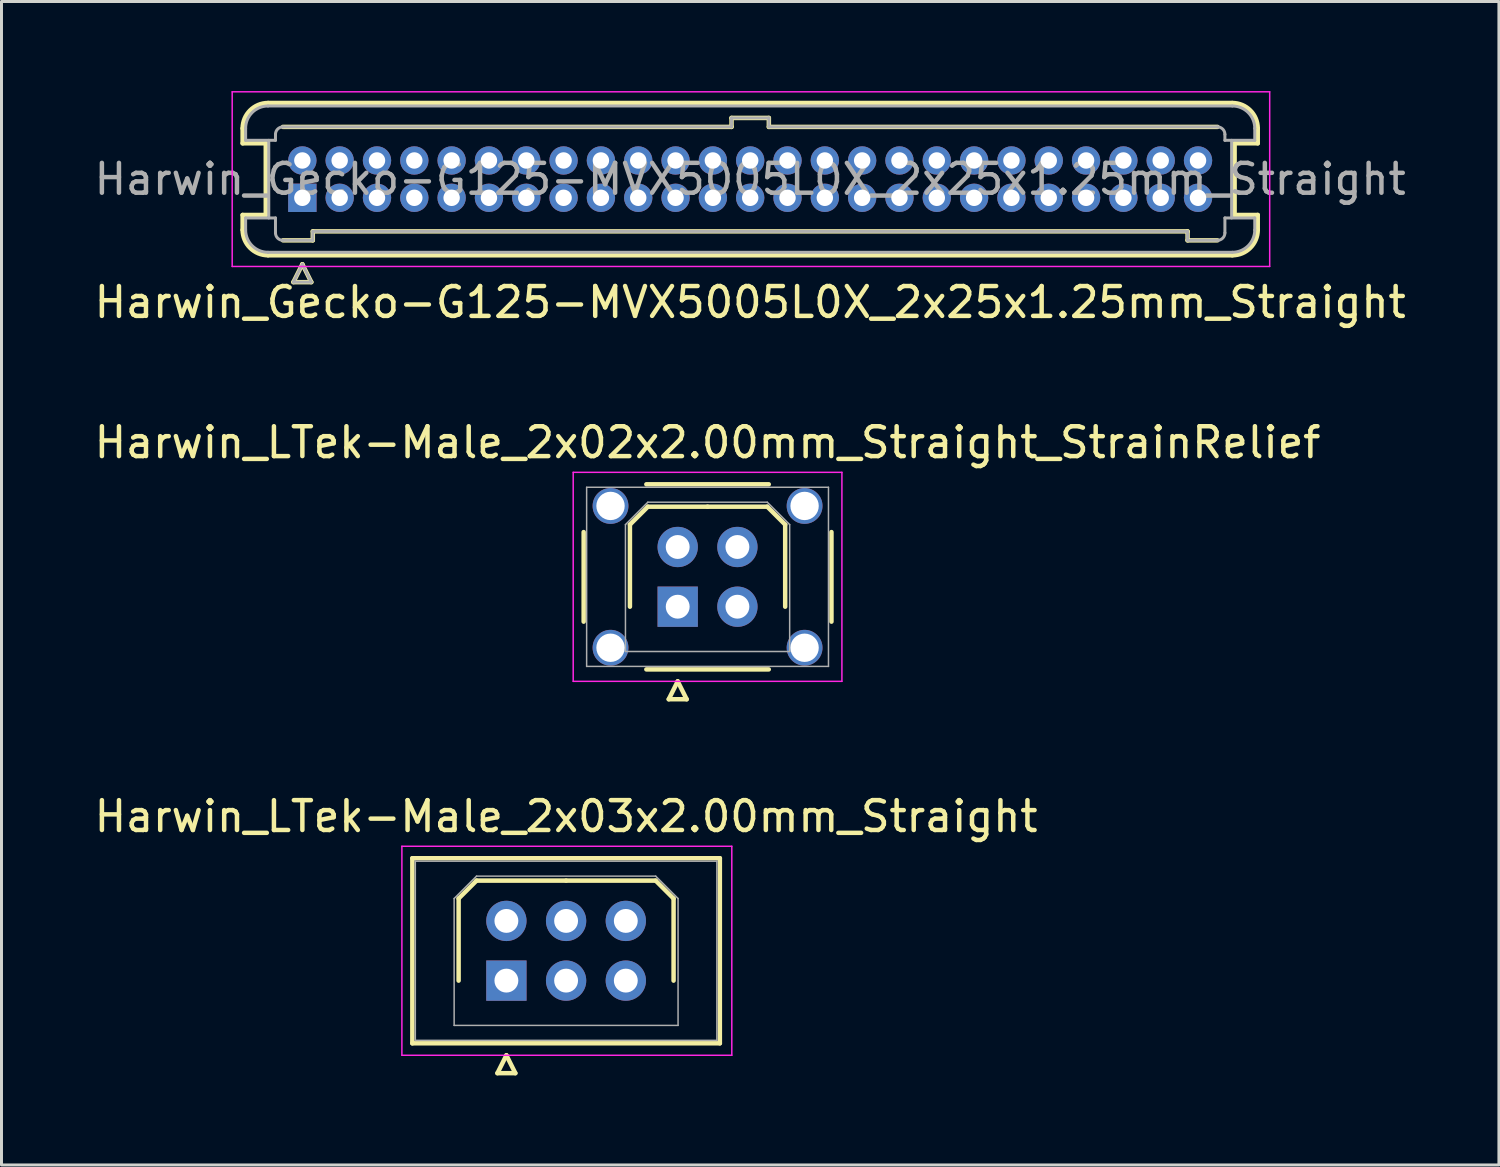
<source format=kicad_pcb>
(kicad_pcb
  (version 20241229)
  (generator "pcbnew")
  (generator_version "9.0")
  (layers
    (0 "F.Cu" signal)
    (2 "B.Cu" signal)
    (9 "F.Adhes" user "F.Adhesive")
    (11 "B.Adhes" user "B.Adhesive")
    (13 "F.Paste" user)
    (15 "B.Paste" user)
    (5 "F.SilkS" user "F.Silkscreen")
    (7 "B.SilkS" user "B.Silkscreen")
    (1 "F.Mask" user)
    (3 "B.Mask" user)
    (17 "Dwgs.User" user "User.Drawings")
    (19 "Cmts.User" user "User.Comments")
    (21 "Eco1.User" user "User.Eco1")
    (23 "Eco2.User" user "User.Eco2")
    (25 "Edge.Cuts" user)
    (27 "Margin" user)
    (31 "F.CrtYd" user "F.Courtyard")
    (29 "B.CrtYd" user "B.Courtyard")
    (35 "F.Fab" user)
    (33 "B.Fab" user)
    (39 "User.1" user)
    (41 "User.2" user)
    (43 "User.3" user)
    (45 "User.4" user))
  (footprint "Harwin_LTek-Male_2x03x2.00mm_Straight"
    (layer "F.Cu")
    (at 13.911 29.795)
    (property "Reference" "Harwin_LTek-Male_2x03x2.00mm_Straight" (at 2 -5.5 0) (layer "F.SilkS") (effects (font (size 1 1) (thickness 0.15))))
    (attr through_hole)
    (fp_line (start -3.15 -4.1) (end -3.15 2.1) (stroke (width 0.15) (type solid)) (layer "F.SilkS"))
    (fp_line (start -3.15 2.1) (end 7.15 2.1) (stroke (width 0.15) (type solid)) (layer "F.SilkS"))
    (fp_line (start -1.6 -2.75) (end -1 -3.35) (stroke (width 0.15) (type solid)) (layer "F.SilkS"))
    (fp_line (start -1.6 0) (end -1.6 -2.75) (stroke (width 0.15) (type solid)) (layer "F.SilkS"))
    (fp_line (start -1 -3.35) (end 2 -3.35) (stroke (width 0.15) (type solid)) (layer "F.SilkS"))
    (fp_line (start -0.3 3.1) (end 0.3 3.1) (stroke (width 0.15) (type solid)) (layer "F.SilkS"))
    (fp_line (start 0 2.5) (end -0.3 3.1) (stroke (width 0.15) (type solid)) (layer "F.SilkS"))
    (fp_line (start 0.3 3.1) (end 0 2.5) (stroke (width 0.15) (type solid)) (layer "F.SilkS"))
    (fp_line (start 5 -3.35) (end 2 -3.35) (stroke (width 0.15) (type solid)) (layer "F.SilkS"))
    (fp_line (start 5.6 -2.75) (end 5 -3.35) (stroke (width 0.15) (type solid)) (layer "F.SilkS"))
    (fp_line (start 5.6 0) (end 5.6 -2.75) (stroke (width 0.15) (type solid)) (layer "F.SilkS"))
    (fp_line (start 7.15 -4.1) (end -3.15 -4.1) (stroke (width 0.15) (type solid)) (layer "F.SilkS"))
    (fp_line (start 7.15 2.1) (end 7.15 -4.1) (stroke (width 0.15) (type solid)) (layer "F.SilkS"))
    (fp_line (start -3.5 -4.5) (end -3.5 2.5) (stroke (width 0.05) (type solid)) (layer "F.CrtYd"))
    (fp_line (start -3.5 2.5) (end 7.55 2.5) (stroke (width 0.05) (type solid)) (layer "F.CrtYd"))
    (fp_line (start 7.55 -4.5) (end -3.5 -4.5) (stroke (width 0.05) (type solid)) (layer "F.CrtYd"))
    (fp_line (start 7.55 2.5) (end 7.55 -4.5) (stroke (width 0.05) (type solid)) (layer "F.CrtYd"))
    (fp_line (start -3.05 -4) (end -3.05 2) (stroke (width 0.05) (type solid)) (layer "F.Fab"))
    (fp_line (start -3.05 2) (end 7.05 2) (stroke (width 0.05) (type solid)) (layer "F.Fab"))
    (fp_line (start -1.75 -2.75) (end -1 -3.5) (stroke (width 0.05) (type solid)) (layer "F.Fab"))
    (fp_line (start -1.75 1.5) (end -1.75 -2.75) (stroke (width 0.05) (type solid)) (layer "F.Fab"))
    (fp_line (start -1 -3.5) (end 5 -3.5) (stroke (width 0.05) (type solid)) (layer "F.Fab"))
    (fp_line (start 5 -3.5) (end 5.75 -2.75) (stroke (width 0.05) (type solid)) (layer "F.Fab"))
    (fp_line (start 5.75 -2.75) (end 5.75 1.5) (stroke (width 0.05) (type solid)) (layer "F.Fab"))
    (fp_line (start 5.75 1.5) (end -1.75 1.5) (stroke (width 0.05) (type solid)) (layer "F.Fab"))
    (fp_line (start 7.05 -4) (end -3.05 -4) (stroke (width 0.05) (type solid)) (layer "F.Fab"))
    (fp_line (start 7.05 2) (end 7.05 -4) (stroke (width 0.05) (type solid)) (layer "F.Fab"))
    (pad "1" thru_hole rect (at 0 0) (size 1.35 1.35) (drill 0.8) (layers "*.Cu" "*.Mask"))
    (pad "2" thru_hole circle (at 0 -2) (size 1.35 1.35) (drill 0.8) (layers "*.Cu" "*.Mask"))
    (pad "3" thru_hole circle (at 2 0) (size 1.35 1.35) (drill 0.8) (layers "*.Cu" "*.Mask"))
    (pad "4" thru_hole circle (at 2 -2) (size 1.35 1.35) (drill 0.8) (layers "*.Cu" "*.Mask"))
    (pad "5" thru_hole circle (at 4 0) (size 1.35 1.35) (drill 0.8) (layers "*.Cu" "*.Mask"))
    (pad "6" thru_hole circle (at 4 -2) (size 1.35 1.35) (drill 0.8) (layers "*.Cu" "*.Mask")))
  (footprint "Harwin_Gecko-G125-MVX5005L0X_2x25x1.25mm_Straight"
    (layer "F.Cu")
    (at 7.077 3.575)
    (property "Reference" "Harwin_Gecko-G125-MVX5005L0X_2x25x1.25mm_Straight" (at 15 3.5 0) (layer "F.SilkS") (effects (font (size 1 1) (thickness 0.15))))
    (attr through_hole)
    (fp_line (start -2 -1.825) (end -2 -2.325) (stroke (width 0.15) (type solid)) (layer "F.SilkS"))
    (fp_line (start -2 -1.825) (end -1.225 -1.825) (stroke (width 0.15) (type solid)) (layer "F.SilkS"))
    (fp_line (start -2 0.575) (end -1.225 0.575) (stroke (width 0.15) (type solid)) (layer "F.SilkS"))
    (fp_line (start -2 1.075) (end -2 0.575) (stroke (width 0.15) (type solid)) (layer "F.SilkS"))
    (fp_line (start -1.225 -1.825) (end -1.225 0.575) (stroke (width 0.15) (type solid)) (layer "F.SilkS"))
    (fp_line (start -1.15 -3.175) (end 31.15 -3.175) (stroke (width 0.15) (type solid)) (layer "F.SilkS"))
    (fp_line (start -1.15 1.925) (end 31.15 1.925) (stroke (width 0.15) (type solid)) (layer "F.SilkS"))
    (fp_line (start -0.65 -2.375) (end 14.375 -2.375) (stroke (width 0.15) (type solid)) (layer "F.SilkS"))
    (fp_line (start -0.65 1.425) (end 0.35 1.425) (stroke (width 0.15) (type solid)) (layer "F.SilkS"))
    (fp_line (start -0.3 2.825) (end 0.3 2.825) (stroke (width 0.15) (type solid)) (layer "F.SilkS"))
    (fp_line (start 0 2.225) (end -0.3 2.825) (stroke (width 0.15) (type solid)) (layer "F.SilkS"))
    (fp_line (start 0.3 2.825) (end 0 2.225) (stroke (width 0.15) (type solid)) (layer "F.SilkS"))
    (fp_line (start 0.35 1.125) (end 29.65 1.125) (stroke (width 0.15) (type solid)) (layer "F.SilkS"))
    (fp_line (start 0.35 1.425) (end 0.35 1.125) (stroke (width 0.15) (type solid)) (layer "F.SilkS"))
    (fp_line (start 14.375 -2.675) (end 15.625 -2.675) (stroke (width 0.15) (type solid)) (layer "F.SilkS"))
    (fp_line (start 14.375 -2.375) (end 14.375 -2.675) (stroke (width 0.15) (type solid)) (layer "F.SilkS"))
    (fp_line (start 15.625 -2.675) (end 15.625 -2.375) (stroke (width 0.15) (type solid)) (layer "F.SilkS"))
    (fp_line (start 15.625 -2.375) (end 30.65 -2.375) (stroke (width 0.15) (type solid)) (layer "F.SilkS"))
    (fp_line (start 29.65 1.125) (end 29.65 1.425) (stroke (width 0.15) (type solid)) (layer "F.SilkS"))
    (fp_line (start 29.65 1.425) (end 30.65 1.425) (stroke (width 0.15) (type solid)) (layer "F.SilkS"))
    (fp_line (start 31.225 -1.825) (end 31.225 0.575) (stroke (width 0.15) (type solid)) (layer "F.SilkS"))
    (fp_line (start 32 -2.325) (end 32 -1.825) (stroke (width 0.15) (type solid)) (layer "F.SilkS"))
    (fp_line (start 32 -1.825) (end 31.225 -1.825) (stroke (width 0.15) (type solid)) (layer "F.SilkS"))
    (fp_line (start 32 0.575) (end 31.225 0.575) (stroke (width 0.15) (type solid)) (layer "F.SilkS"))
    (fp_line (start 32 1.075) (end 32 0.575) (stroke (width 0.15) (type solid)) (layer "F.SilkS"))
    (fp_arc (start -2 -2.325) (mid -1.751041 -2.926041) (end -1.15 -3.175) (stroke (width 0.15) (type solid)) (layer "F.SilkS"))
    (fp_arc (start -1.15 1.925) (mid -1.751041 1.676041) (end -2 1.075) (stroke (width 0.15) (type solid)) (layer "F.SilkS"))
    (fp_arc (start 31.15 -3.175) (mid 31.751041 -2.926041) (end 32 -2.325) (stroke (width 0.15) (type solid)) (layer "F.SilkS"))
    (fp_arc (start 32 1.075) (mid 31.751041 1.676041) (end 31.15 1.925) (stroke (width 0.15) (type solid)) (layer "F.SilkS"))
    (fp_line (start -2.35 -3.55) (end -2.35 2.3) (stroke (width 0.05) (type solid)) (layer "F.CrtYd"))
    (fp_line (start -2.35 2.3) (end 32.4 2.3) (stroke (width 0.05) (type solid)) (layer "F.CrtYd"))
    (fp_line (start 32.4 -3.55) (end -2.35 -3.55) (stroke (width 0.05) (type solid)) (layer "F.CrtYd"))
    (fp_line (start 32.4 2.3) (end 32.4 -3.55) (stroke (width 0.05) (type solid)) (layer "F.CrtYd"))
    (fp_line (start -1.9 -2.325) (end -1.9 -1.925) (stroke (width 0.1) (type solid)) (layer "F.Fab"))
    (fp_line (start -1.9 -1.925) (end -0.9 -1.925) (stroke (width 0.1) (type solid)) (layer "F.Fab"))
    (fp_line (start -1.9 0.675) (end -0.9 0.675) (stroke (width 0.1) (type solid)) (layer "F.Fab"))
    (fp_line (start -1.9 1.075) (end -1.9 0.675) (stroke (width 0.1) (type solid)) (layer "F.Fab"))
    (fp_line (start -1.15 -3.075) (end 31.15 -3.075) (stroke (width 0.1) (type solid)) (layer "F.Fab"))
    (fp_line (start -1.15 1.825) (end 31.15 1.825) (stroke (width 0.1) (type solid)) (layer "F.Fab"))
    (fp_line (start -1.125 -1.925) (end -1.125 0.675) (stroke (width 0.1) (type solid)) (layer "F.Fab"))
    (fp_line (start -0.9 -2.125) (end -0.9 -1.925) (stroke (width 0.1) (type solid)) (layer "F.Fab"))
    (fp_line (start -0.9 1.175) (end -0.9 0.675) (stroke (width 0.1) (type solid)) (layer "F.Fab"))
    (fp_line (start -0.65 -2.375) (end 14.375 -2.375) (stroke (width 0.1) (type solid)) (layer "F.Fab"))
    (fp_line (start -0.65 1.425) (end 0.35 1.425) (stroke (width 0.1) (type solid)) (layer "F.Fab"))
    (fp_line (start -0.3 2.825) (end 0.3 2.825) (stroke (width 0.1) (type solid)) (layer "F.Fab"))
    (fp_line (start 0 2.225) (end -0.3 2.825) (stroke (width 0.1) (type solid)) (layer "F.Fab"))
    (fp_line (start 0.3 2.825) (end 0 2.225) (stroke (width 0.1) (type solid)) (layer "F.Fab"))
    (fp_line (start 0.35 1.125) (end 29.65 1.125) (stroke (width 0.1) (type solid)) (layer "F.Fab"))
    (fp_line (start 0.35 1.425) (end 0.35 1.125) (stroke (width 0.1) (type solid)) (layer "F.Fab"))
    (fp_line (start 14.375 -2.675) (end 15.625 -2.675) (stroke (width 0.1) (type solid)) (layer "F.Fab"))
    (fp_line (start 14.375 -2.375) (end 14.375 -2.675) (stroke (width 0.1) (type solid)) (layer "F.Fab"))
    (fp_line (start 15.625 -2.675) (end 15.625 -2.375) (stroke (width 0.1) (type solid)) (layer "F.Fab"))
    (fp_line (start 15.625 -2.375) (end 30.65 -2.375) (stroke (width 0.1) (type solid)) (layer "F.Fab"))
    (fp_line (start 29.65 1.125) (end 29.65 1.425) (stroke (width 0.1) (type solid)) (layer "F.Fab"))
    (fp_line (start 29.65 1.425) (end 30.65 1.425) (stroke (width 0.1) (type solid)) (layer "F.Fab"))
    (fp_line (start 30.9 -2.125) (end 30.9 -1.925) (stroke (width 0.1) (type solid)) (layer "F.Fab"))
    (fp_line (start 30.9 1.175) (end 30.9 0.675) (stroke (width 0.1) (type solid)) (layer "F.Fab"))
    (fp_line (start 31.125 -1.925) (end 31.125 0.675) (stroke (width 0.1) (type solid)) (layer "F.Fab"))
    (fp_line (start 31.9 -2.325) (end 31.9 -1.925) (stroke (width 0.1) (type solid)) (layer "F.Fab"))
    (fp_line (start 31.9 -1.925) (end 30.9 -1.925) (stroke (width 0.1) (type solid)) (layer "F.Fab"))
    (fp_line (start 31.9 0.675) (end 30.9 0.675) (stroke (width 0.1) (type solid)) (layer "F.Fab"))
    (fp_line (start 31.9 1.075) (end 31.9 0.675) (stroke (width 0.1) (type solid)) (layer "F.Fab"))
    (fp_arc (start -1.9 -2.325) (mid -1.68033 -2.85533) (end -1.15 -3.075) (stroke (width 0.1) (type solid)) (layer "F.Fab"))
    (fp_arc (start -1.15 1.825) (mid -1.68033 1.60533) (end -1.9 1.075) (stroke (width 0.1) (type solid)) (layer "F.Fab"))
    (fp_arc (start -0.9 -2.125) (mid -0.826777 -2.301777) (end -0.65 -2.375) (stroke (width 0.1) (type solid)) (layer "F.Fab"))
    (fp_arc (start -0.65 1.425) (mid -0.826777 1.351777) (end -0.9 1.175) (stroke (width 0.1) (type solid)) (layer "F.Fab"))
    (fp_arc (start 30.65 -2.375) (mid 30.826777 -2.301777) (end 30.9 -2.125) (stroke (width 0.1) (type solid)) (layer "F.Fab"))
    (fp_arc (start 30.9 1.175) (mid 30.826777 1.351777) (end 30.65 1.425) (stroke (width 0.1) (type solid)) (layer "F.Fab"))
    (fp_arc (start 31.15 -3.075) (mid 31.68033 -2.85533) (end 31.9 -2.325) (stroke (width 0.1) (type solid)) (layer "F.Fab"))
    (fp_arc (start 31.9 1.075) (mid 31.68033 1.60533) (end 31.15 1.825) (stroke (width 0.1) (type solid)) (layer "F.Fab"))
    (fp_text user "${REFERENCE}" (at 15 -0.625 0) (layer "F.Fab") (effects (font (size 1 1) (thickness 0.15))))
    (pad "1" thru_hole rect (at 0 0) (size 0.95 0.95) (drill 0.55) (layers "*.Cu" "*.Mask"))
    (pad "2" thru_hole circle (at 1.25 0) (size 0.95 0.95) (drill 0.55) (layers "*.Cu" "*.Mask"))
    (pad "3" thru_hole circle (at 2.5 0) (size 0.95 0.95) (drill 0.55) (layers "*.Cu" "*.Mask"))
    (pad "4" thru_hole circle (at 3.75 0) (size 0.95 0.95) (drill 0.55) (layers "*.Cu" "*.Mask"))
    (pad "5" thru_hole circle (at 5 0) (size 0.95 0.95) (drill 0.55) (layers "*.Cu" "*.Mask"))
    (pad "6" thru_hole circle (at 6.25 0) (size 0.95 0.95) (drill 0.55) (layers "*.Cu" "*.Mask"))
    (pad "7" thru_hole circle (at 7.5 0) (size 0.95 0.95) (drill 0.55) (layers "*.Cu" "*.Mask"))
    (pad "8" thru_hole circle (at 8.75 0) (size 0.95 0.95) (drill 0.55) (layers "*.Cu" "*.Mask"))
    (pad "9" thru_hole circle (at 10 0) (size 0.95 0.95) (drill 0.55) (layers "*.Cu" "*.Mask"))
    (pad "10" thru_hole circle (at 11.25 0) (size 0.95 0.95) (drill 0.55) (layers "*.Cu" "*.Mask"))
    (pad "11" thru_hole circle (at 12.5 0) (size 0.95 0.95) (drill 0.55) (layers "*.Cu" "*.Mask"))
    (pad "12" thru_hole circle (at 13.75 0) (size 0.95 0.95) (drill 0.55) (layers "*.Cu" "*.Mask"))
    (pad "13" thru_hole circle (at 15 0) (size 0.95 0.95) (drill 0.55) (layers "*.Cu" "*.Mask"))
    (pad "14" thru_hole circle (at 16.25 0) (size 0.95 0.95) (drill 0.55) (layers "*.Cu" "*.Mask"))
    (pad "15" thru_hole circle (at 17.5 0) (size 0.95 0.95) (drill 0.55) (layers "*.Cu" "*.Mask"))
    (pad "16" thru_hole circle (at 18.75 0) (size 0.95 0.95) (drill 0.55) (layers "*.Cu" "*.Mask"))
    (pad "17" thru_hole circle (at 20 0) (size 0.95 0.95) (drill 0.55) (layers "*.Cu" "*.Mask"))
    (pad "18" thru_hole circle (at 21.25 0) (size 0.95 0.95) (drill 0.55) (layers "*.Cu" "*.Mask"))
    (pad "19" thru_hole circle (at 22.5 0) (size 0.95 0.95) (drill 0.55) (layers "*.Cu" "*.Mask"))
    (pad "20" thru_hole circle (at 23.75 0) (size 0.95 0.95) (drill 0.55) (layers "*.Cu" "*.Mask"))
    (pad "21" thru_hole circle (at 25 0) (size 0.95 0.95) (drill 0.55) (layers "*.Cu" "*.Mask"))
    (pad "22" thru_hole circle (at 26.25 0) (size 0.95 0.95) (drill 0.55) (layers "*.Cu" "*.Mask"))
    (pad "23" thru_hole circle (at 27.5 0) (size 0.95 0.95) (drill 0.55) (layers "*.Cu" "*.Mask"))
    (pad "24" thru_hole circle (at 28.75 0) (size 0.95 0.95) (drill 0.55) (layers "*.Cu" "*.Mask"))
    (pad "25" thru_hole circle (at 30 0) (size 0.95 0.95) (drill 0.55) (layers "*.Cu" "*.Mask"))
    (pad "26" thru_hole circle (at 0 -1.25) (size 0.95 0.95) (drill 0.55) (layers "*.Cu" "*.Mask"))
    (pad "27" thru_hole circle (at 1.25 -1.25) (size 0.95 0.95) (drill 0.55) (layers "*.Cu" "*.Mask"))
    (pad "28" thru_hole circle (at 2.5 -1.25) (size 0.95 0.95) (drill 0.55) (layers "*.Cu" "*.Mask"))
    (pad "29" thru_hole circle (at 3.75 -1.25) (size 0.95 0.95) (drill 0.55) (layers "*.Cu" "*.Mask"))
    (pad "30" thru_hole circle (at 5 -1.25) (size 0.95 0.95) (drill 0.55) (layers "*.Cu" "*.Mask"))
    (pad "31" thru_hole circle (at 6.25 -1.25) (size 0.95 0.95) (drill 0.55) (layers "*.Cu" "*.Mask"))
    (pad "32" thru_hole circle (at 7.5 -1.25) (size 0.95 0.95) (drill 0.55) (layers "*.Cu" "*.Mask"))
    (pad "33" thru_hole circle (at 8.75 -1.25) (size 0.95 0.95) (drill 0.55) (layers "*.Cu" "*.Mask"))
    (pad "34" thru_hole circle (at 10 -1.25) (size 0.95 0.95) (drill 0.55) (layers "*.Cu" "*.Mask"))
    (pad "35" thru_hole circle (at 11.25 -1.25) (size 0.95 0.95) (drill 0.55) (layers "*.Cu" "*.Mask"))
    (pad "36" thru_hole circle (at 12.5 -1.25) (size 0.95 0.95) (drill 0.55) (layers "*.Cu" "*.Mask"))
    (pad "37" thru_hole circle (at 13.75 -1.25) (size 0.95 0.95) (drill 0.55) (layers "*.Cu" "*.Mask"))
    (pad "38" thru_hole circle (at 15 -1.25) (size 0.95 0.95) (drill 0.55) (layers "*.Cu" "*.Mask"))
    (pad "39" thru_hole circle (at 16.25 -1.25) (size 0.95 0.95) (drill 0.55) (layers "*.Cu" "*.Mask"))
    (pad "40" thru_hole circle (at 17.5 -1.25) (size 0.95 0.95) (drill 0.55) (layers "*.Cu" "*.Mask"))
    (pad "41" thru_hole circle (at 18.75 -1.25) (size 0.95 0.95) (drill 0.55) (layers "*.Cu" "*.Mask"))
    (pad "42" thru_hole circle (at 20 -1.25) (size 0.95 0.95) (drill 0.55) (layers "*.Cu" "*.Mask"))
    (pad "43" thru_hole circle (at 21.25 -1.25) (size 0.95 0.95) (drill 0.55) (layers "*.Cu" "*.Mask"))
    (pad "44" thru_hole circle (at 22.5 -1.25) (size 0.95 0.95) (drill 0.55) (layers "*.Cu" "*.Mask"))
    (pad "45" thru_hole circle (at 23.75 -1.25) (size 0.95 0.95) (drill 0.55) (layers "*.Cu" "*.Mask"))
    (pad "46" thru_hole circle (at 25 -1.25) (size 0.95 0.95) (drill 0.55) (layers "*.Cu" "*.Mask"))
    (pad "47" thru_hole circle (at 26.25 -1.25) (size 0.95 0.95) (drill 0.55) (layers "*.Cu" "*.Mask"))
    (pad "48" thru_hole circle (at 27.5 -1.25) (size 0.95 0.95) (drill 0.55) (layers "*.Cu" "*.Mask"))
    (pad "49" thru_hole circle (at 28.75 -1.25) (size 0.95 0.95) (drill 0.55) (layers "*.Cu" "*.Mask"))
    (pad "50" thru_hole circle (at 30 -1.25) (size 0.95 0.95) (drill 0.55) (layers "*.Cu" "*.Mask")))
  (footprint "Harwin_LTek-Male_2x02x2.00mm_Straight_StrainRelief"
    (layer "F.Cu")
    (at 19.649 17.271)
    (property "Reference" "Harwin_LTek-Male_2x02x2.00mm_Straight_StrainRelief" (at 1 -5.5 0) (layer "F.SilkS") (effects (font (size 1 1) (thickness 0.15))))
    (attr through_hole)
    (fp_line (start -3.15 -2.5) (end -3.15 0.5) (stroke (width 0.15) (type solid)) (layer "F.SilkS"))
    (fp_line (start -1.6 -2.75) (end -1 -3.35) (stroke (width 0.15) (type solid)) (layer "F.SilkS"))
    (fp_line (start -1.6 0) (end -1.6 -2.75) (stroke (width 0.15) (type solid)) (layer "F.SilkS"))
    (fp_line (start -1.05 -4.1) (end 3.05 -4.1) (stroke (width 0.15) (type solid)) (layer "F.SilkS"))
    (fp_line (start -1.05 2.1) (end 3.05 2.1) (stroke (width 0.15) (type solid)) (layer "F.SilkS"))
    (fp_line (start -1 -3.35) (end 1 -3.35) (stroke (width 0.15) (type solid)) (layer "F.SilkS"))
    (fp_line (start -0.3 3.1) (end 0.3 3.1) (stroke (width 0.15) (type solid)) (layer "F.SilkS"))
    (fp_line (start 0 2.5) (end -0.3 3.1) (stroke (width 0.15) (type solid)) (layer "F.SilkS"))
    (fp_line (start 0.3 3.1) (end 0 2.5) (stroke (width 0.15) (type solid)) (layer "F.SilkS"))
    (fp_line (start 3 -3.35) (end 1 -3.35) (stroke (width 0.15) (type solid)) (layer "F.SilkS"))
    (fp_line (start 3.6 -2.75) (end 3 -3.35) (stroke (width 0.15) (type solid)) (layer "F.SilkS"))
    (fp_line (start 3.6 0) (end 3.6 -2.75) (stroke (width 0.15) (type solid)) (layer "F.SilkS"))
    (fp_line (start 5.15 -2.5) (end 5.15 0.5) (stroke (width 0.15) (type solid)) (layer "F.SilkS"))
    (fp_line (start -3.5 -4.5) (end -3.5 2.5) (stroke (width 0.05) (type solid)) (layer "F.CrtYd"))
    (fp_line (start -3.5 2.5) (end 5.5 2.5) (stroke (width 0.05) (type solid)) (layer "F.CrtYd"))
    (fp_line (start 5.5 -4.5) (end -3.5 -4.5) (stroke (width 0.05) (type solid)) (layer "F.CrtYd"))
    (fp_line (start 5.5 2.5) (end 5.5 -4.5) (stroke (width 0.05) (type solid)) (layer "F.CrtYd"))
    (fp_line (start -3.05 -4) (end -3.05 2) (stroke (width 0.05) (type solid)) (layer "F.Fab"))
    (fp_line (start -3.05 2) (end 5.05 2) (stroke (width 0.05) (type solid)) (layer "F.Fab"))
    (fp_line (start -1.75 -2.75) (end -1 -3.5) (stroke (width 0.05) (type solid)) (layer "F.Fab"))
    (fp_line (start -1.75 1.5) (end -1.75 -2.75) (stroke (width 0.05) (type solid)) (layer "F.Fab"))
    (fp_line (start -1 -3.5) (end 3 -3.5) (stroke (width 0.05) (type solid)) (layer "F.Fab"))
    (fp_line (start 3 -3.5) (end 3.75 -2.75) (stroke (width 0.05) (type solid)) (layer "F.Fab"))
    (fp_line (start 3.75 -2.75) (end 3.75 1.5) (stroke (width 0.05) (type solid)) (layer "F.Fab"))
    (fp_line (start 3.75 1.5) (end -1.75 1.5) (stroke (width 0.05) (type solid)) (layer "F.Fab"))
    (fp_line (start 5.05 -4) (end -3.05 -4) (stroke (width 0.05) (type solid)) (layer "F.Fab"))
    (fp_line (start 5.05 2) (end 5.05 -4) (stroke (width 0.05) (type solid)) (layer "F.Fab"))
    (pad "" thru_hole circle (at -2.25 -3.375) (size 1.2 1.2) (drill 0.95) (layers "*.Cu" "*.Mask"))
    (pad "" thru_hole circle (at -2.25 1.375) (size 1.2 1.2) (drill 0.95) (layers "*.Cu" "*.Mask"))
    (pad "" thru_hole circle (at 4.25 -3.375) (size 1.2 1.2) (drill 0.95) (layers "*.Cu" "*.Mask"))
    (pad "" thru_hole circle (at 4.25 1.375) (size 1.2 1.2) (drill 0.95) (layers "*.Cu" "*.Mask"))
    (pad "1" thru_hole rect (at 0 0) (size 1.35 1.35) (drill 0.8) (layers "*.Cu" "*.Mask"))
    (pad "2" thru_hole circle (at 0 -2) (size 1.35 1.35) (drill 0.8) (layers "*.Cu" "*.Mask"))
    (pad "3" thru_hole circle (at 2 0) (size 1.35 1.35) (drill 0.8) (layers "*.Cu" "*.Mask"))
    (pad "4" thru_hole circle (at 2 -2) (size 1.35 1.35) (drill 0.8) (layers "*.Cu" "*.Mask")))
  (gr_rect
    (start -3 -3)
    (end 47.155 35.97)
    (stroke (width 0.1) (type default))
    (fill no)
    (layer "Edge.Cuts")))
</source>
